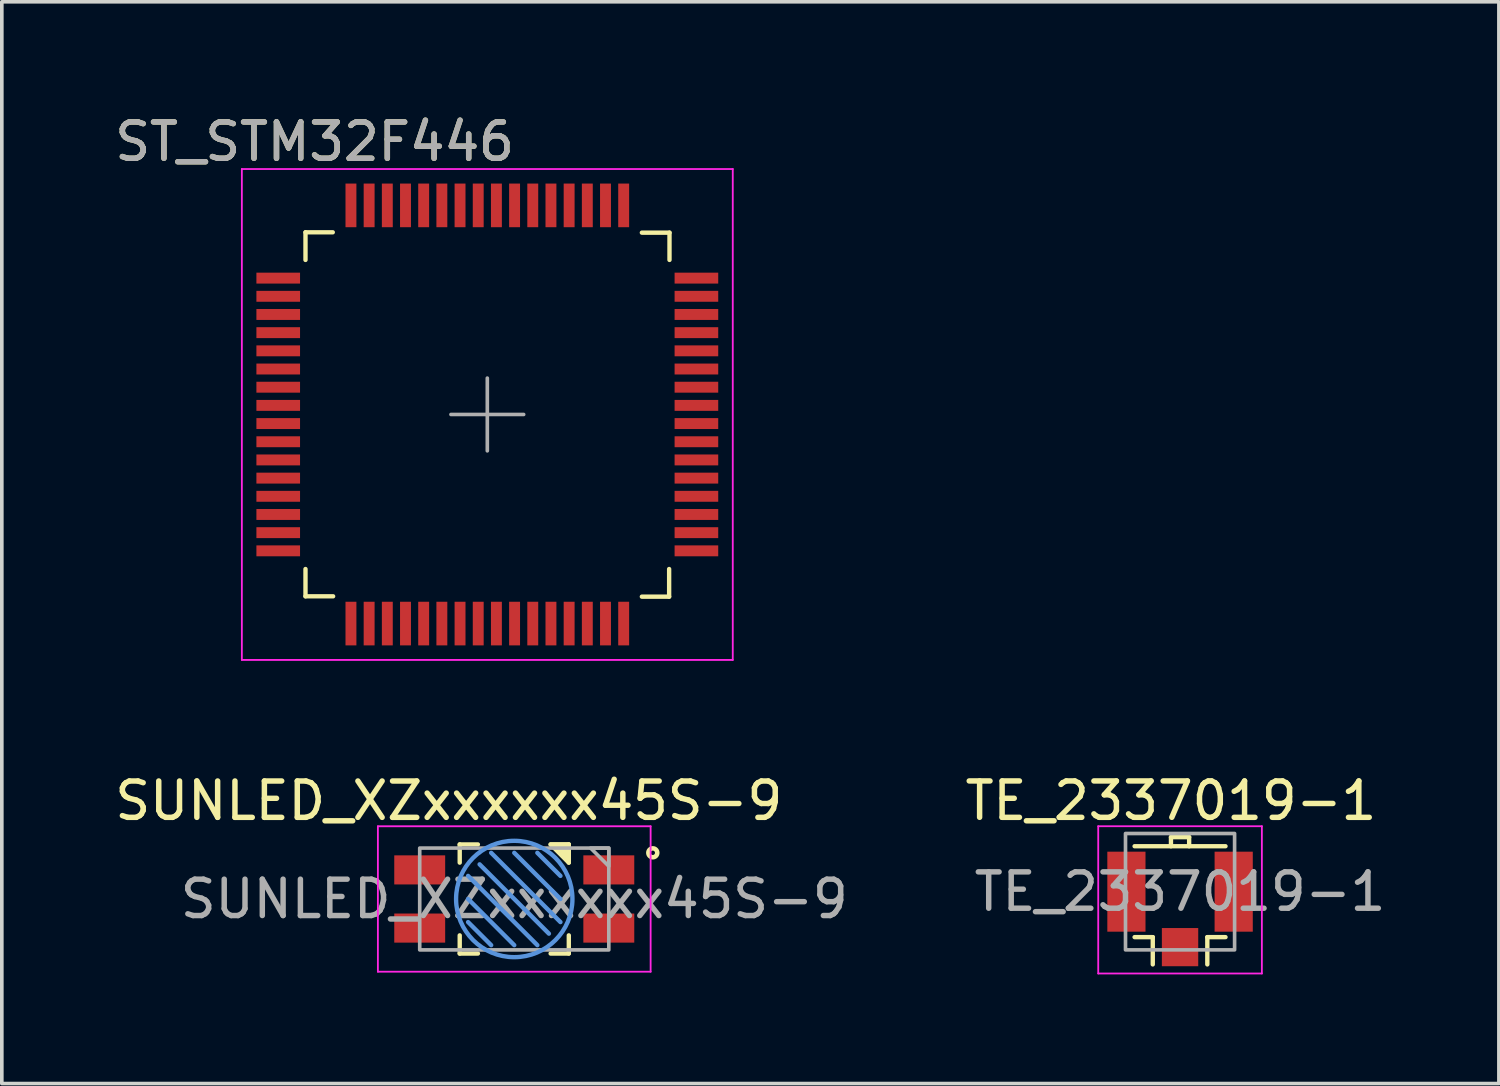
<source format=kicad_pcb>
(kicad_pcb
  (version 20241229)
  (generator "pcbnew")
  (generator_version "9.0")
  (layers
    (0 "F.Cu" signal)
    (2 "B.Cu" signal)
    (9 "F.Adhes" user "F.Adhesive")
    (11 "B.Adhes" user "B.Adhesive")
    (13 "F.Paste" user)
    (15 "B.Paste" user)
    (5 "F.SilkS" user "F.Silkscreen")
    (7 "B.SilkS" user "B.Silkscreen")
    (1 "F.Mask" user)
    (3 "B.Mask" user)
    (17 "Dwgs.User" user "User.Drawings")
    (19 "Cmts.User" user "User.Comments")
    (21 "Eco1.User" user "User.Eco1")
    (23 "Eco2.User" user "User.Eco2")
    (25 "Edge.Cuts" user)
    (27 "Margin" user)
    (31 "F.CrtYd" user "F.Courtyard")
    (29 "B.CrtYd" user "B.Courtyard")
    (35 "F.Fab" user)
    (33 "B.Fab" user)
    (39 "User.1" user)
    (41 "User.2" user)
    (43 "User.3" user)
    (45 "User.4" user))
  (footprint "ST_STM32F446"
    (layer "F.Cu")
    (at 10.351 8.348)
    (property "Reference" "ST_STM32F446" (at -4.75 -7.5 0) (unlocked yes) (layer "F.SilkS") (effects (font (size 1 1) (thickness 0.15))))
    (attr smd)
    (fp_line (start -5 -5.01) (end -4.25 -5.01) (stroke (width 0.12) (type solid)) (layer "F.SilkS"))
    (fp_line (start -5 -4.25) (end -5 -5.01) (stroke (width 0.12) (type solid)) (layer "F.SilkS"))
    (fp_line (start -5 5) (end -5 4.25) (stroke (width 0.12) (type solid)) (layer "F.SilkS"))
    (fp_line (start -4.24 5) (end -5 5) (stroke (width 0.12) (type solid)) (layer "F.SilkS"))
    (fp_line (start 4.25 -5) (end 5.01 -5) (stroke (width 0.12) (type solid)) (layer "F.SilkS"))
    (fp_line (start 5 4.25) (end 5 5.01) (stroke (width 0.12) (type solid)) (layer "F.SilkS"))
    (fp_line (start 5 5.01) (end 4.25 5.01) (stroke (width 0.12) (type solid)) (layer "F.SilkS"))
    (fp_line (start 5.01 -5) (end 5.01 -4.25) (stroke (width 0.12) (type solid)) (layer "F.SilkS"))
    (fp_line (start -6.75 6.75) (end -6.75 -6.75) (stroke (width 0.05) (type solid)) (layer "F.CrtYd"))
    (fp_line (start 6.75 -6.75) (end -6.75 -6.75) (stroke (width 0.05) (type solid)) (layer "F.CrtYd"))
    (fp_line (start 6.75 6.75) (end -6.75 6.75) (stroke (width 0.05) (type solid)) (layer "F.CrtYd"))
    (fp_line (start 6.75 6.75) (end 6.75 -6.75) (stroke (width 0.05) (type solid)) (layer "F.CrtYd"))
    (fp_line (start -1 0) (end 1 0) (stroke (width 0.1) (type solid)) (layer "F.Fab"))
    (fp_line (start 0 1) (end 0 -1) (stroke (width 0.1) (type solid)) (layer "F.Fab"))
    (fp_text user "${REFERENCE}" (at -4.75 -7.5 0) (unlocked yes) (layer "F.Fab") (effects (font (size 1 1) (thickness 0.15))))
    (pad "1" smd rect (at -5.75 -3.75) (size 1.2 0.3) (layers "F.Cu" "F.Mask" "F.Paste"))
    (pad "2" smd rect (at -5.75 -3.25) (size 1.2 0.3) (layers "F.Cu" "F.Mask" "F.Paste"))
    (pad "3" smd rect (at -5.75 -2.75) (size 1.2 0.3) (layers "F.Cu" "F.Mask" "F.Paste"))
    (pad "4" smd rect (at -5.75 -2.25) (size 1.2 0.3) (layers "F.Cu" "F.Mask" "F.Paste"))
    (pad "5" smd rect (at -5.75 -1.75) (size 1.2 0.3) (layers "F.Cu" "F.Mask" "F.Paste"))
    (pad "6" smd rect (at -5.75 -1.25) (size 1.2 0.3) (layers "F.Cu" "F.Mask" "F.Paste"))
    (pad "7" smd rect (at -5.75 -0.75) (size 1.2 0.3) (layers "F.Cu" "F.Mask" "F.Paste"))
    (pad "8" smd rect (at -5.75 -0.25) (size 1.2 0.3) (layers "F.Cu" "F.Mask" "F.Paste"))
    (pad "9" smd rect (at -5.75 0.25) (size 1.2 0.3) (layers "F.Cu" "F.Mask" "F.Paste"))
    (pad "10" smd rect (at -5.75 0.75) (size 1.2 0.3) (layers "F.Cu" "F.Mask" "F.Paste"))
    (pad "11" smd rect (at -5.75 1.25) (size 1.2 0.3) (layers "F.Cu" "F.Mask" "F.Paste"))
    (pad "12" smd rect (at -5.75 1.75) (size 1.2 0.3) (layers "F.Cu" "F.Mask" "F.Paste"))
    (pad "13" smd rect (at -5.75 2.25) (size 1.2 0.3) (layers "F.Cu" "F.Mask" "F.Paste"))
    (pad "14" smd rect (at -5.75 2.75) (size 1.2 0.3) (layers "F.Cu" "F.Mask" "F.Paste"))
    (pad "15" smd rect (at -5.75 3.25) (size 1.2 0.3) (layers "F.Cu" "F.Mask" "F.Paste"))
    (pad "16" smd rect (at -5.75 3.75) (size 1.2 0.3) (layers "F.Cu" "F.Mask" "F.Paste"))
    (pad "17" smd rect (at -3.75 5.75 90) (size 1.2 0.3) (layers "F.Cu" "F.Mask" "F.Paste"))
    (pad "18" smd rect (at -3.25 5.75 90) (size 1.2 0.3) (layers "F.Cu" "F.Mask" "F.Paste"))
    (pad "19" smd rect (at -2.75 5.75 90) (size 1.2 0.3) (layers "F.Cu" "F.Mask" "F.Paste"))
    (pad "20" smd rect (at -2.25 5.75 90) (size 1.2 0.3) (layers "F.Cu" "F.Mask" "F.Paste"))
    (pad "21" smd rect (at -1.75 5.75 90) (size 1.2 0.3) (layers "F.Cu" "F.Mask" "F.Paste"))
    (pad "22" smd rect (at -1.25 5.75 90) (size 1.2 0.3) (layers "F.Cu" "F.Mask" "F.Paste"))
    (pad "23" smd rect (at -0.75 5.75 90) (size 1.2 0.3) (layers "F.Cu" "F.Mask" "F.Paste"))
    (pad "24" smd rect (at -0.25 5.75 90) (size 1.2 0.3) (layers "F.Cu" "F.Mask" "F.Paste"))
    (pad "25" smd rect (at 0.25 5.75 90) (size 1.2 0.3) (layers "F.Cu" "F.Mask" "F.Paste"))
    (pad "26" smd rect (at 0.75 5.75 90) (size 1.2 0.3) (layers "F.Cu" "F.Mask" "F.Paste"))
    (pad "27" smd rect (at 1.25 5.75 90) (size 1.2 0.3) (layers "F.Cu" "F.Mask" "F.Paste"))
    (pad "28" smd rect (at 1.75 5.75 90) (size 1.2 0.3) (layers "F.Cu" "F.Mask" "F.Paste"))
    (pad "29" smd rect (at 2.25 5.75 90) (size 1.2 0.3) (layers "F.Cu" "F.Mask" "F.Paste"))
    (pad "30" smd rect (at 2.75 5.75 90) (size 1.2 0.3) (layers "F.Cu" "F.Mask" "F.Paste"))
    (pad "31" smd rect (at 3.25 5.75 90) (size 1.2 0.3) (layers "F.Cu" "F.Mask" "F.Paste"))
    (pad "32" smd rect (at 3.75 5.75 90) (size 1.2 0.3) (layers "F.Cu" "F.Mask" "F.Paste"))
    (pad "33" smd rect (at 5.75 3.75 180) (size 1.2 0.3) (layers "F.Cu" "F.Mask" "F.Paste"))
    (pad "34" smd rect (at 5.75 3.25 180) (size 1.2 0.3) (layers "F.Cu" "F.Mask" "F.Paste"))
    (pad "35" smd rect (at 5.75 2.75 180) (size 1.2 0.3) (layers "F.Cu" "F.Mask" "F.Paste"))
    (pad "36" smd rect (at 5.75 2.25 180) (size 1.2 0.3) (layers "F.Cu" "F.Mask" "F.Paste"))
    (pad "37" smd rect (at 5.75 1.75 180) (size 1.2 0.3) (layers "F.Cu" "F.Mask" "F.Paste"))
    (pad "38" smd rect (at 5.75 1.25 180) (size 1.2 0.3) (layers "F.Cu" "F.Mask" "F.Paste"))
    (pad "39" smd rect (at 5.75 0.75 180) (size 1.2 0.3) (layers "F.Cu" "F.Mask" "F.Paste"))
    (pad "40" smd rect (at 5.75 0.25 180) (size 1.2 0.3) (layers "F.Cu" "F.Mask" "F.Paste"))
    (pad "41" smd rect (at 5.75 -0.25 180) (size 1.2 0.3) (layers "F.Cu" "F.Mask" "F.Paste"))
    (pad "42" smd rect (at 5.75 -0.75 180) (size 1.2 0.3) (layers "F.Cu" "F.Mask" "F.Paste"))
    (pad "43" smd rect (at 5.75 -1.25 180) (size 1.2 0.3) (layers "F.Cu" "F.Mask" "F.Paste"))
    (pad "44" smd rect (at 5.75 -1.75 180) (size 1.2 0.3) (layers "F.Cu" "F.Mask" "F.Paste"))
    (pad "45" smd rect (at 5.75 -2.25 180) (size 1.2 0.3) (layers "F.Cu" "F.Mask" "F.Paste"))
    (pad "46" smd rect (at 5.75 -2.75 180) (size 1.2 0.3) (layers "F.Cu" "F.Mask" "F.Paste"))
    (pad "47" smd rect (at 5.75 -3.25 180) (size 1.2 0.3) (layers "F.Cu" "F.Mask" "F.Paste"))
    (pad "48" smd rect (at 5.75 -3.75 180) (size 1.2 0.3) (layers "F.Cu" "F.Mask" "F.Paste"))
    (pad "49" smd rect (at 3.75 -5.75 270) (size 1.2 0.3) (layers "F.Cu" "F.Mask" "F.Paste"))
    (pad "50" smd rect (at 3.25 -5.75 270) (size 1.2 0.3) (layers "F.Cu" "F.Mask" "F.Paste"))
    (pad "51" smd rect (at 2.75 -5.75 270) (size 1.2 0.3) (layers "F.Cu" "F.Mask" "F.Paste"))
    (pad "52" smd rect (at 2.25 -5.75 270) (size 1.2 0.3) (layers "F.Cu" "F.Mask" "F.Paste"))
    (pad "53" smd rect (at 1.75 -5.75 270) (size 1.2 0.3) (layers "F.Cu" "F.Mask" "F.Paste"))
    (pad "54" smd rect (at 1.25 -5.75 270) (size 1.2 0.3) (layers "F.Cu" "F.Mask" "F.Paste"))
    (pad "55" smd rect (at 0.75 -5.75 270) (size 1.2 0.3) (layers "F.Cu" "F.Mask" "F.Paste"))
    (pad "56" smd rect (at 0.25 -5.75 270) (size 1.2 0.3) (layers "F.Cu" "F.Mask" "F.Paste"))
    (pad "57" smd rect (at -0.25 -5.75 270) (size 1.2 0.3) (layers "F.Cu" "F.Mask" "F.Paste"))
    (pad "58" smd rect (at -0.75 -5.75 270) (size 1.2 0.3) (layers "F.Cu" "F.Mask" "F.Paste"))
    (pad "59" smd rect (at -1.25 -5.75 270) (size 1.2 0.3) (layers "F.Cu" "F.Mask" "F.Paste"))
    (pad "60" smd rect (at -1.75 -5.75 270) (size 1.2 0.3) (layers "F.Cu" "F.Mask" "F.Paste"))
    (pad "61" smd rect (at -2.25 -5.75 270) (size 1.2 0.3) (layers "F.Cu" "F.Mask" "F.Paste"))
    (pad "62" smd rect (at -2.75 -5.75 270) (size 1.2 0.3) (layers "F.Cu" "F.Mask" "F.Paste"))
    (pad "63" smd rect (at -3.25 -5.75 270) (size 1.2 0.3) (layers "F.Cu" "F.Mask" "F.Paste"))
    (pad "64" smd rect (at -3.75 -5.75 270) (size 1.2 0.3) (layers "F.Cu" "F.Mask" "F.Paste")))
  (footprint "SUNLED_XZxxxxxx45S-9"
    (layer "F.Cu")
    (at 11.092 21.672)
    (property "Reference" "SUNLED_XZxxxxxx45S-9" (at -1.8 -2.7 0) (unlocked yes) (layer "F.SilkS") (effects (font (size 1 1) (thickness 0.15))))
    (attr smd)
    (fp_line (start -1.5 -1.5) (end -1 -1.5) (stroke (width 0.12) (type solid)) (layer "F.SilkS"))
    (fp_line (start -1.5 -1) (end -1.5 -1.5) (stroke (width 0.12) (type solid)) (layer "F.SilkS"))
    (fp_line (start -1.5 1) (end -1.5 1.5) (stroke (width 0.12) (type solid)) (layer "F.SilkS"))
    (fp_line (start -1.5 1.5) (end -1 1.5) (stroke (width 0.12) (type solid)) (layer "F.SilkS"))
    (fp_line (start 1.5 -1.5) (end 1 -1.5) (stroke (width 0.12) (type solid)) (layer "F.SilkS"))
    (fp_line (start 1.5 -1) (end 1.5 -1.5) (stroke (width 0.12) (type solid)) (layer "F.SilkS"))
    (fp_line (start 1.5 1) (end 1.5 1.5) (stroke (width 0.12) (type solid)) (layer "F.SilkS"))
    (fp_line (start 1.5 1.5) (end 1 1.5) (stroke (width 0.12) (type solid)) (layer "F.SilkS"))
    (fp_circle (center 3.81 -1.27) (end 3.87 -1.27) (stroke (width 0.125) (type solid)) (fill no) (layer "F.SilkS"))
    (fp_poly (pts (xy 1.5 -1) (xy 1 -1.5) (xy 1.5 -1.5)) (stroke (width 0.12) (type solid)) (fill yes) (layer "F.SilkS"))
    (fp_line (start -1.27 -0.635) (end 0.635 1.27) (stroke (width 0.12) (type solid)) (layer "Cmts.User"))
    (fp_line (start -1.27 0) (end 0 1.27) (stroke (width 0.12) (type solid)) (layer "Cmts.User"))
    (fp_line (start -1.27 0.635) (end -0.635 1.27) (stroke (width 0.12) (type solid)) (layer "Cmts.User"))
    (fp_line (start -0.953 -0.953) (end 0.953 0.953) (stroke (width 0.12) (type solid)) (layer "Cmts.User"))
    (fp_line (start -0.635 -1.27) (end 1.27 0.635) (stroke (width 0.12) (type solid)) (layer "Cmts.User"))
    (fp_line (start 0 -1.27) (end 1.27 0) (stroke (width 0.12) (type solid)) (layer "Cmts.User"))
    (fp_line (start 0.635 -1.27) (end 1.27 -0.635) (stroke (width 0.12) (type solid)) (layer "Cmts.User"))
    (fp_circle (center 0 0) (end 1.6 0) (stroke (width 0.12) (type solid)) (fill no) (layer "Cmts.User"))
    (fp_line (start -3.75 2) (end -3.75 -2) (stroke (width 0.05) (type solid)) (layer "F.CrtYd"))
    (fp_line (start 3.75 -2) (end -3.75 -2) (stroke (width 0.05) (type solid)) (layer "F.CrtYd"))
    (fp_line (start 3.75 2) (end -3.75 2) (stroke (width 0.05) (type solid)) (layer "F.CrtYd"))
    (fp_line (start 3.75 2) (end 3.75 -2) (stroke (width 0.05) (type solid)) (layer "F.CrtYd"))
    (fp_rect (start -2.6 -1.4) (end 2.6 1.4) (stroke (width 0.1) (type solid)) (fill no) (layer "F.Fab"))
    (fp_poly (pts (xy 2.1 -1.4) (xy 2.6 -1.4) (xy 2.6 -0.9)) (stroke (width 0.1) (type solid)) (fill no) (layer "F.Fab"))
    (fp_text user "${REFERENCE}" (at 0 0 0) (unlocked yes) (layer "F.Fab") (effects (font (size 1 1) (thickness 0.15))))
    (pad "1" smd rect (at 2.6 -0.8) (size 1.4 0.8) (layers "F.Cu" "F.Mask" "F.Paste"))
    (pad "2" smd rect (at -2.6 -0.8) (size 1.4 0.8) (layers "F.Cu" "F.Mask" "F.Paste"))
    (pad "3" smd rect (at -2.6 0.8) (size 1.4 0.8) (layers "F.Cu" "F.Mask" "F.Paste"))
    (pad "4" smd rect (at 2.6 0.8) (size 1.4 0.8) (layers "F.Cu" "F.Mask" "F.Paste")))
  (footprint "TE_2337019-1"
    (layer "F.Cu")
    (at 29.401 21.471)
    (property "Reference" "TE_2337019-1" (at -0.25 -2.5 0) (unlocked yes) (layer "F.SilkS") (effects (font (size 1 1) (thickness 0.15))))
    (attr smd)
    (fp_line (start -1.25 -1.25) (end 1.25 -1.25) (stroke (width 0.12) (type solid)) (layer "F.SilkS"))
    (fp_line (start -0.75 1.25) (end -1.25 1.25) (stroke (width 0.12) (type solid)) (layer "F.SilkS"))
    (fp_line (start -0.75 2) (end -0.75 1.25) (stroke (width 0.12) (type solid)) (layer "F.SilkS"))
    (fp_line (start -0.25 -1.5) (end -0.25 -1.25) (stroke (width 0.12) (type solid)) (layer "F.SilkS"))
    (fp_line (start 0.25 -1.5) (end -0.25 -1.5) (stroke (width 0.12) (type solid)) (layer "F.SilkS"))
    (fp_line (start 0.25 -1.5) (end 0.25 -1.25) (stroke (width 0.12) (type solid)) (layer "F.SilkS"))
    (fp_line (start 0.75 1.25) (end 0.75 2) (stroke (width 0.12) (type solid)) (layer "F.SilkS"))
    (fp_line (start 1.25 1.25) (end 0.75 1.25) (stroke (width 0.12) (type solid)) (layer "F.SilkS"))
    (fp_line (start -2.25 -1.8) (end 2.25 -1.8) (stroke (width 0.05) (type solid)) (layer "F.CrtYd"))
    (fp_line (start -2.25 2.25) (end -2.25 -1.8) (stroke (width 0.05) (type solid)) (layer "F.CrtYd"))
    (fp_line (start 2.25 2.25) (end -2.25 2.25) (stroke (width 0.05) (type solid)) (layer "F.CrtYd"))
    (fp_line (start 2.25 2.25) (end 2.25 -1.8) (stroke (width 0.05) (type solid)) (layer "F.CrtYd"))
    (fp_rect (start -1.5 -1.6) (end 1.5 1.6) (stroke (width 0.1) (type solid)) (fill no) (layer "F.Fab"))
    (fp_text user "${REFERENCE}" (at 0 0 0) (unlocked yes) (layer "F.Fab") (effects (font (size 1 1) (thickness 0.15))))
    (pad "ANT" smd rect (at 0 1.525) (size 1 1.05) (layers "F.Cu" "F.Mask" "F.Paste"))
    (pad "GND1" smd rect (at -1.475 0) (size 1.05 2.2) (layers "F.Cu" "F.Mask" "F.Paste"))
    (pad "GND2" smd rect (at 1.475 0) (size 1.05 2.2) (layers "F.Cu" "F.Mask" "F.Paste"))
    (zone (net_name "") (layer "F.Cu") (name "CUT OUT PROHIBITION AREA") (hatch edge 0.508) (connect_pads) (min_thickness 0.254) (filled_areas_thickness no) (keepout (tracks not_allowed) (vias not_allowed) (pads not_allowed) (copperpour allowed) (footprints allowed)) (placement (enabled no)) (fill) (polygon (pts (xy 30.301 22.372) (xy 28.501 22.372) (xy 28.501 20.372) (xy 30.301 20.372)))))
  (gr_rect
    (start -3 -3)
    (end 38.169 26.747)
    (stroke (width 0.1) (type default))
    (fill no)
    (layer "Edge.Cuts")))
</source>
